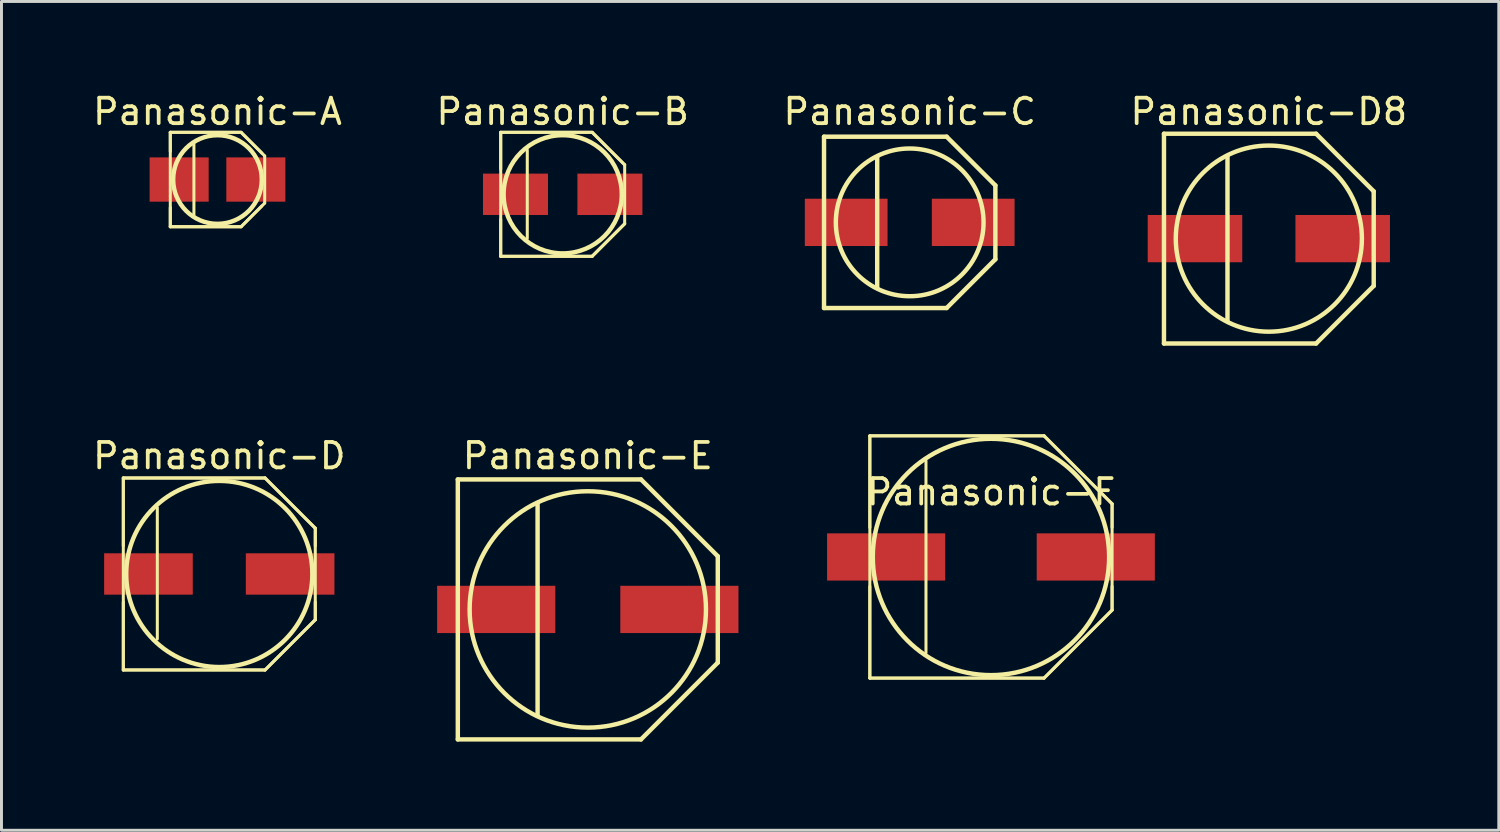
<source format=kicad_pcb>
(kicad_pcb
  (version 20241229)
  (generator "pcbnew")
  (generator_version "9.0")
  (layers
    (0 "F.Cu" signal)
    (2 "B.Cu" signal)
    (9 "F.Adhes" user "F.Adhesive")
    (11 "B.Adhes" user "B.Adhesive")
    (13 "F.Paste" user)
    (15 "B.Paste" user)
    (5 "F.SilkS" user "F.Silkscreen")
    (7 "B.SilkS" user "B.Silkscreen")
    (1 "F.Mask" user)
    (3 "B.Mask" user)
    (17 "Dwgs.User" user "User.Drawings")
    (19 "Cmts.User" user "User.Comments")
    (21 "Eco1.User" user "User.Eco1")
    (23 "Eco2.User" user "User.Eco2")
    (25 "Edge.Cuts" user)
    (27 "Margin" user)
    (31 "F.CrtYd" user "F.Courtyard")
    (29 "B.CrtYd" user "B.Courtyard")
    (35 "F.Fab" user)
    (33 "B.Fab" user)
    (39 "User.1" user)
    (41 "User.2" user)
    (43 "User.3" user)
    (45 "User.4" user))
  (footprint "Panasonic-D8"
    (layer "F.Cu")
    (at 39.9 5.027)
    (property "Reference" "Panasonic-D8" (at 0 -4.3 0) (layer "F.SilkS") (effects (font (size 0.862 0.862) (thickness 0.127))))
    (attr smd)
    (fp_line (start -3.55 -3.55) (end 1.6 -3.55) (stroke (width 0.15) (type solid)) (layer "F.SilkS"))
    (fp_line (start -3.55 3.55) (end -3.55 -3.55) (stroke (width 0.15) (type solid)) (layer "F.SilkS"))
    (fp_line (start -1.4 -2.8) (end -1.4 2.8) (stroke (width 0.15) (type solid)) (layer "F.SilkS"))
    (fp_line (start 1.6 3.55) (end -3.55 3.55) (stroke (width 0.15) (type solid)) (layer "F.SilkS"))
    (fp_line (start 3.55 -1.6) (end 1.6 -3.55) (stroke (width 0.15) (type solid)) (layer "F.SilkS"))
    (fp_line (start 3.55 -1.6) (end 3.55 1.6) (stroke (width 0.15) (type solid)) (layer "F.SilkS"))
    (fp_line (start 3.55 1.6) (end 1.6 3.55) (stroke (width 0.15) (type solid)) (layer "F.SilkS"))
    (fp_circle (center 0 0) (end 3.15 0) (stroke (width 0.15) (type solid)) (fill no) (layer "F.SilkS"))
    (pad "1" smd rect (at 2.5 0) (size 3.2 1.6) (layers "F.Cu" "F.Mask" "F.Paste"))
    (pad "2" smd rect (at -2.5 0) (size 3.2 1.6) (layers "F.Cu" "F.Mask" "F.Paste")))
  (footprint "Panasonic-C"
    (layer "F.Cu")
    (at 27.743 4.477)
    (property "Reference" "Panasonic-C" (at 0 -3.75 0) (layer "F.SilkS") (effects (font (size 0.862 0.862) (thickness 0.127))))
    (attr smd)
    (fp_line (start -2.9 -2.9) (end 1.25 -2.9) (stroke (width 0.15) (type solid)) (layer "F.SilkS"))
    (fp_line (start -2.9 2.9) (end -2.9 -2.9) (stroke (width 0.15) (type solid)) (layer "F.SilkS"))
    (fp_line (start -1.1 -2.2) (end -1.1 2.2) (stroke (width 0.15) (type solid)) (layer "F.SilkS"))
    (fp_line (start 1.25 -2.9) (end 2.9 -1.25) (stroke (width 0.15) (type solid)) (layer "F.SilkS"))
    (fp_line (start 1.25 2.9) (end -2.9 2.9) (stroke (width 0.15) (type solid)) (layer "F.SilkS"))
    (fp_line (start 1.25 2.9) (end 2.9 1.25) (stroke (width 0.15) (type solid)) (layer "F.SilkS"))
    (fp_line (start 2.9 -1.25) (end 2.9 1.25) (stroke (width 0.15) (type solid)) (layer "F.SilkS"))
    (fp_circle (center 0 0) (end 2.5 0) (stroke (width 0.15) (type solid)) (fill no) (layer "F.SilkS"))
    (pad "1" smd rect (at 2.15 0) (size 2.8 1.6) (layers "F.Cu" "F.Mask" "F.Paste"))
    (pad "2" smd rect (at -2.15 0) (size 2.8 1.6) (layers "F.Cu" "F.Mask" "F.Paste")))
  (footprint "Panasonic-A"
    (layer "F.Cu")
    (at 4.312 3.027)
    (property "Reference" "Panasonic-A" (at 0 -2.3 0) (layer "F.SilkS") (effects (font (size 0.862 0.862) (thickness 0.127))))
    (attr smd)
    (fp_line (start -1.598 -1.598) (end 0.798 -1.598) (stroke (width 0.102) (type solid)) (layer "F.SilkS"))
    (fp_line (start -1.598 -1.598) (end 0.798 -1.598) (stroke (width 0.102) (type solid)) (layer "F.SilkS"))
    (fp_line (start -1.598 -0.95) (end -1.598 -1.598) (stroke (width 0.102) (type solid)) (layer "F.SilkS"))
    (fp_line (start -1.598 1.598) (end -1.598 -1.598) (stroke (width 0.102) (type solid)) (layer "F.SilkS"))
    (fp_line (start -1.598 1.598) (end -1.598 0.95) (stroke (width 0.102) (type solid)) (layer "F.SilkS"))
    (fp_line (start -0.798 -1.199) (end -0.798 1.199) (stroke (width 0.102) (type solid)) (layer "F.SilkS"))
    (fp_line (start 0.798 -1.598) (end 1.499 -0.899) (stroke (width 0.102) (type solid)) (layer "F.SilkS"))
    (fp_line (start 0.798 -1.598) (end 1.598 -0.798) (stroke (width 0.102) (type solid)) (layer "F.SilkS"))
    (fp_line (start 0.798 1.598) (end -1.598 1.598) (stroke (width 0.102) (type solid)) (layer "F.SilkS"))
    (fp_line (start 0.798 1.598) (end -1.598 1.598) (stroke (width 0.102) (type solid)) (layer "F.SilkS"))
    (fp_line (start 1.499 0.899) (end 0.798 1.598) (stroke (width 0.102) (type solid)) (layer "F.SilkS"))
    (fp_line (start 1.598 -0.798) (end 1.598 0.798) (stroke (width 0.102) (type solid)) (layer "F.SilkS"))
    (fp_line (start 1.598 0.798) (end 0.798 1.598) (stroke (width 0.102) (type solid)) (layer "F.SilkS"))
    (fp_circle (center 0 0) (end 1.5 0) (stroke (width 0.15) (type solid)) (fill no) (layer "F.SilkS"))
    (pad "1" smd rect (at 1.298 0) (size 1.999 1.499) (layers "F.Cu" "F.Mask" "F.Paste"))
    (pad "2" smd rect (at -1.298 0) (size 1.999 1.499) (layers "F.Cu" "F.Mask" "F.Paste")))
  (footprint "Panasonic-B"
    (layer "F.Cu")
    (at 15.997 3.527)
    (property "Reference" "Panasonic-B" (at 0 -2.8 0) (layer "F.SilkS") (effects (font (size 0.862 0.862) (thickness 0.127))))
    (attr smd)
    (fp_line (start -2.098 -2.098) (end 0.998 -2.098) (stroke (width 0.102) (type solid)) (layer "F.SilkS"))
    (fp_line (start -2.098 -2.098) (end 0.998 -2.098) (stroke (width 0.102) (type solid)) (layer "F.SilkS"))
    (fp_line (start -2.098 -0.848) (end -2.098 -2.098) (stroke (width 0.102) (type solid)) (layer "F.SilkS"))
    (fp_line (start -2.098 2.098) (end -2.098 -2.098) (stroke (width 0.102) (type solid)) (layer "F.SilkS"))
    (fp_line (start -2.098 2.098) (end -2.098 0.848) (stroke (width 0.102) (type solid)) (layer "F.SilkS"))
    (fp_line (start -1.199 -1.499) (end -1.199 1.499) (stroke (width 0.102) (type solid)) (layer "F.SilkS"))
    (fp_line (start 0.998 -2.098) (end 2.098 -0.998) (stroke (width 0.102) (type solid)) (layer "F.SilkS"))
    (fp_line (start 0.998 -2.098) (end 2.098 -0.998) (stroke (width 0.102) (type solid)) (layer "F.SilkS"))
    (fp_line (start 0.998 2.098) (end -2.098 2.098) (stroke (width 0.102) (type solid)) (layer "F.SilkS"))
    (fp_line (start 0.998 2.098) (end -2.098 2.098) (stroke (width 0.102) (type solid)) (layer "F.SilkS"))
    (fp_line (start 2.098 -0.998) (end 2.098 0.998) (stroke (width 0.102) (type solid)) (layer "F.SilkS"))
    (fp_line (start 2.098 0.998) (end 0.998 2.098) (stroke (width 0.102) (type solid)) (layer "F.SilkS"))
    (fp_line (start 2.098 0.998) (end 0.998 2.098) (stroke (width 0.102) (type solid)) (layer "F.SilkS"))
    (fp_circle (center 0 0) (end 2 0) (stroke (width 0.15) (type solid)) (fill no) (layer "F.SilkS"))
    (pad "1" smd rect (at 1.598 0) (size 2.2 1.4) (layers "F.Cu" "F.Mask" "F.Paste"))
    (pad "2" smd rect (at -1.598 0) (size 2.2 1.4) (layers "F.Cu" "F.Mask" "F.Paste")))
  (footprint "Panasonic-F"
    (layer "F.Cu")
    (at 30.494 15.803)
    (property "Reference" "Panasonic-F" (at 0 -2.2 0) (layer "F.SilkS") (effects (font (size 0.862 0.862) (thickness 0.127))))
    (attr smd)
    (fp_line (start -4.1 -4.1) (end 1.798 -4.1) (stroke (width 0.102) (type solid)) (layer "F.SilkS"))
    (fp_line (start -4.1 -4.1) (end 1.798 -4.1) (stroke (width 0.102) (type solid)) (layer "F.SilkS"))
    (fp_line (start -4.1 -0.998) (end -4.1 -4.1) (stroke (width 0.102) (type solid)) (layer "F.SilkS"))
    (fp_line (start -4.1 4.1) (end -4.1 -4.1) (stroke (width 0.102) (type solid)) (layer "F.SilkS"))
    (fp_line (start -4.1 4.1) (end -4.1 0.998) (stroke (width 0.102) (type solid)) (layer "F.SilkS"))
    (fp_line (start -2.2 -3.249) (end -2.2 3.249) (stroke (width 0.102) (type solid)) (layer "F.SilkS"))
    (fp_line (start 1.798 -4.1) (end 4.1 -1.798) (stroke (width 0.102) (type solid)) (layer "F.SilkS"))
    (fp_line (start 1.798 -4.1) (end 4.1 -1.798) (stroke (width 0.102) (type solid)) (layer "F.SilkS"))
    (fp_line (start 1.798 4.1) (end -4.1 4.1) (stroke (width 0.102) (type solid)) (layer "F.SilkS"))
    (fp_line (start 1.798 4.1) (end -4.1 4.1) (stroke (width 0.102) (type solid)) (layer "F.SilkS"))
    (fp_line (start 4.1 -1.798) (end 4.1 -0.998) (stroke (width 0.102) (type solid)) (layer "F.SilkS"))
    (fp_line (start 4.1 -1.798) (end 4.1 1.798) (stroke (width 0.102) (type solid)) (layer "F.SilkS"))
    (fp_line (start 4.1 0.998) (end 4.1 1.798) (stroke (width 0.102) (type solid)) (layer "F.SilkS"))
    (fp_line (start 4.1 1.798) (end 1.798 4.1) (stroke (width 0.102) (type solid)) (layer "F.SilkS"))
    (fp_line (start 4.1 1.798) (end 1.798 4.1) (stroke (width 0.102) (type solid)) (layer "F.SilkS"))
    (fp_circle (center 0 0) (end 4 0) (stroke (width 0.15) (type solid)) (fill no) (layer "F.SilkS"))
    (pad "1" smd rect (at 3.548 0) (size 3.998 1.598) (layers "F.Cu" "F.Mask" "F.Paste"))
    (pad "2" smd rect (at -3.548 0) (size 3.998 1.598) (layers "F.Cu" "F.Mask" "F.Paste")))
  (footprint "Panasonic-D"
    (layer "F.Cu")
    (at 4.373 16.379)
    (property "Reference" "Panasonic-D" (at 0 -4 0) (layer "F.SilkS") (effects (font (size 0.862 0.862) (thickness 0.127))))
    (attr smd)
    (fp_line (start -3.249 -3.249) (end 1.549 -3.249) (stroke (width 0.102) (type solid)) (layer "F.SilkS"))
    (fp_line (start -3.249 -3.249) (end 1.549 -3.249) (stroke (width 0.102) (type solid)) (layer "F.SilkS"))
    (fp_line (start -3.249 -0.95) (end -3.249 -3.249) (stroke (width 0.102) (type solid)) (layer "F.SilkS"))
    (fp_line (start -3.249 3.249) (end -3.249 -3.249) (stroke (width 0.102) (type solid)) (layer "F.SilkS"))
    (fp_line (start -3.249 3.249) (end -3.249 0.95) (stroke (width 0.102) (type solid)) (layer "F.SilkS"))
    (fp_line (start -2.098 -2.248) (end -2.098 2.2) (stroke (width 0.102) (type solid)) (layer "F.SilkS"))
    (fp_line (start 1.549 -3.249) (end 3.249 -1.549) (stroke (width 0.102) (type solid)) (layer "F.SilkS"))
    (fp_line (start 1.549 -3.249) (end 3.249 -1.549) (stroke (width 0.102) (type solid)) (layer "F.SilkS"))
    (fp_line (start 1.549 3.249) (end -3.249 3.249) (stroke (width 0.102) (type solid)) (layer "F.SilkS"))
    (fp_line (start 1.549 3.249) (end -3.249 3.249) (stroke (width 0.102) (type solid)) (layer "F.SilkS"))
    (fp_line (start 3.249 -1.549) (end 3.249 -0.95) (stroke (width 0.102) (type solid)) (layer "F.SilkS"))
    (fp_line (start 3.249 -1.549) (end 3.249 1.549) (stroke (width 0.102) (type solid)) (layer "F.SilkS"))
    (fp_line (start 3.249 0.95) (end 3.249 1.549) (stroke (width 0.102) (type solid)) (layer "F.SilkS"))
    (fp_line (start 3.249 1.549) (end 1.549 3.249) (stroke (width 0.102) (type solid)) (layer "F.SilkS"))
    (fp_line (start 3.249 1.549) (end 1.549 3.249) (stroke (width 0.102) (type solid)) (layer "F.SilkS"))
    (fp_circle (center 0 0) (end 3.15 0) (stroke (width 0.15) (type solid)) (fill no) (layer "F.SilkS"))
    (pad "1" smd rect (at 2.398 0) (size 3 1.4) (layers "F.Cu" "F.Mask" "F.Paste"))
    (pad "2" smd rect (at -2.398 0) (size 3 1.4) (layers "F.Cu" "F.Mask" "F.Paste")))
  (footprint "Panasonic-E"
    (layer "F.Cu")
    (at 16.847 17.579)
    (property "Reference" "Panasonic-E" (at 0 -5.2 0) (layer "F.SilkS") (effects (font (size 0.862 0.862) (thickness 0.127))))
    (attr smd)
    (fp_line (start -4.4 -4.4) (end 1.8 -4.4) (stroke (width 0.15) (type solid)) (layer "F.SilkS"))
    (fp_line (start -4.4 4.4) (end -4.4 -4.4) (stroke (width 0.15) (type solid)) (layer "F.SilkS"))
    (fp_line (start -1.7 -3.6) (end -1.7 3.6) (stroke (width 0.15) (type solid)) (layer "F.SilkS"))
    (fp_line (start 1.8 4.4) (end -4.4 4.4) (stroke (width 0.15) (type solid)) (layer "F.SilkS"))
    (fp_line (start 1.8 4.4) (end 4.4 1.8) (stroke (width 0.15) (type solid)) (layer "F.SilkS"))
    (fp_line (start 4.4 -1.8) (end 1.8 -4.4) (stroke (width 0.15) (type solid)) (layer "F.SilkS"))
    (fp_line (start 4.4 -1.8) (end 4.4 1.8) (stroke (width 0.15) (type solid)) (layer "F.SilkS"))
    (fp_circle (center 0 0) (end 4 0) (stroke (width 0.15) (type solid)) (fill no) (layer "F.SilkS"))
    (pad "1" smd rect (at 3.1 0) (size 4 1.6) (layers "F.Cu" "F.Mask" "F.Paste"))
    (pad "2" smd rect (at -3.1 0) (size 4 1.6) (layers "F.Cu" "F.Mask" "F.Paste")))
  (gr_rect
    (start -3 -3)
    (end 47.684 25.054)
    (stroke (width 0.1) (type default))
    (fill no)
    (layer "Edge.Cuts")))
</source>
